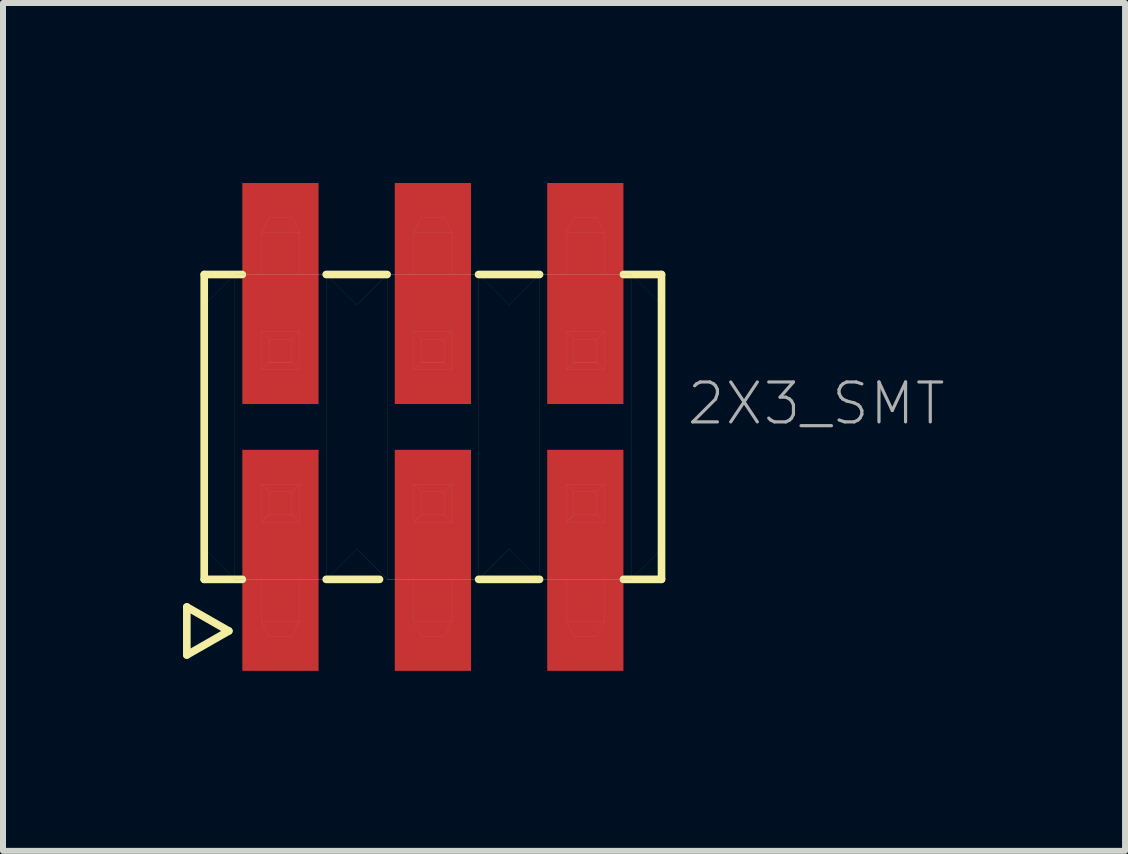
<source format=kicad_pcb>
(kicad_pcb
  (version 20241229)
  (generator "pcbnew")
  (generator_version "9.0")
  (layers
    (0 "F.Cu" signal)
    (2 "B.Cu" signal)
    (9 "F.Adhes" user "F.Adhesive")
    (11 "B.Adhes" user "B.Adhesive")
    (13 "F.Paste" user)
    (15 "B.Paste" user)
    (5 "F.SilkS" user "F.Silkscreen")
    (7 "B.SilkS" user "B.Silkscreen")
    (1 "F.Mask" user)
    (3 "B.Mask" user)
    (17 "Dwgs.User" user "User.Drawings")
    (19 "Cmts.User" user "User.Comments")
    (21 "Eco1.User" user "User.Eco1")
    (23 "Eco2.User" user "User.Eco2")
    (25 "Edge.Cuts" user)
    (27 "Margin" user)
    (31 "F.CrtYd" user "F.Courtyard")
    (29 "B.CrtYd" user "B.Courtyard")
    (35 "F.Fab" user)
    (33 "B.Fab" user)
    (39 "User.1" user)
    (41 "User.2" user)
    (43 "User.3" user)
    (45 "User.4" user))
  (footprint "2X3_SMT"
    (layer "F.Cu")
    (at 4.163 4.064)
    (property "Reference" "2X3_SMT" (at 4.2 0 0) (layer "F.Fab") (effects (font (size 0.665 0.665) (thickness 0.053)) (justify left bottom)))
    (attr through_hole)
    (fp_line (start -4.1 3) (end -4.1 3.8) (stroke (width 0.127) (type solid)) (layer "F.SilkS"))
    (fp_line (start -4.1 3.8) (end -3.4 3.4) (stroke (width 0.127) (type solid)) (layer "F.SilkS"))
    (fp_line (start -3.81 -2.54) (end -3.81 2.54) (stroke (width 0.127) (type solid)) (layer "F.SilkS"))
    (fp_line (start -3.81 2.54) (end -3.175 2.54) (stroke (width 0.127) (type solid)) (layer "F.SilkS"))
    (fp_line (start -3.4 3.4) (end -4.1 3) (stroke (width 0.127) (type solid)) (layer "F.SilkS"))
    (fp_line (start -3.175 -2.54) (end -3.81 -2.54) (stroke (width 0.127) (type solid)) (layer "F.SilkS"))
    (fp_line (start -1.778 -2.54) (end -0.762 -2.54) (stroke (width 0.127) (type solid)) (layer "F.SilkS"))
    (fp_line (start -1.778 2.54) (end -0.889 2.54) (stroke (width 0.127) (type solid)) (layer "F.SilkS"))
    (fp_line (start 0.762 -2.54) (end 1.778 -2.54) (stroke (width 0.127) (type solid)) (layer "F.SilkS"))
    (fp_line (start 0.762 2.54) (end 1.778 2.54) (stroke (width 0.127) (type solid)) (layer "F.SilkS"))
    (fp_line (start 3.175 -2.54) (end 3.81 -2.54) (stroke (width 0.127) (type solid)) (layer "F.SilkS"))
    (fp_line (start 3.81 -2.54) (end 3.81 2.54) (stroke (width 0.127) (type solid)) (layer "F.SilkS"))
    (fp_line (start 3.81 2.54) (end 3.175 2.54) (stroke (width 0.127) (type solid)) (layer "F.SilkS"))
    (fp_line (start -3.809 -2.033) (end -3.301 -2.541) (stroke (width 0.001) (type solid)) (layer "F.Fab"))
    (fp_line (start -3.809 2.031) (end -3.809 -2.033) (stroke (width 0.001) (type solid)) (layer "F.Fab"))
    (fp_line (start -3.301 -2.541) (end -1.777 -2.541) (stroke (width 0.001) (type solid)) (layer "F.Fab"))
    (fp_line (start -3.301 -2.541) (end -1.777 -2.541) (stroke (width 0.001) (type solid)) (layer "F.Fab"))
    (fp_line (start -3.301 2.539) (end -3.809 2.031) (stroke (width 0.001) (type solid)) (layer "F.Fab"))
    (fp_line (start -3.301 2.539) (end -3.301 -2.541) (stroke (width 0.001) (type solid)) (layer "F.Fab"))
    (fp_line (start -3.301 2.539) (end -1.777 2.539) (stroke (width 0.001) (type solid)) (layer "F.Fab"))
    (fp_line (start -3.301 2.539) (end -1.777 2.539) (stroke (width 0.001) (type solid)) (layer "F.Fab"))
    (fp_line (start -2.857 -3.24) (end -2.857 -2.541) (stroke (width 0.001) (type solid)) (layer "F.Fab"))
    (fp_line (start -2.857 -3.24) (end -2.73 -3.493) (stroke (width 0.001) (type solid)) (layer "F.Fab"))
    (fp_line (start -2.857 -3.24) (end -2.221 -3.24) (stroke (width 0.001) (type solid)) (layer "F.Fab"))
    (fp_line (start -2.857 -0.953) (end -2.857 -1.589) (stroke (width 0.001) (type solid)) (layer "F.Fab"))
    (fp_line (start -2.857 -0.953) (end -2.73 -1.081) (stroke (width 0.001) (type solid)) (layer "F.Fab"))
    (fp_line (start -2.857 0.951) (end -2.857 1.587) (stroke (width 0.001) (type solid)) (layer "F.Fab"))
    (fp_line (start -2.857 0.951) (end -2.73 1.079) (stroke (width 0.001) (type solid)) (layer "F.Fab"))
    (fp_line (start -2.857 1.587) (end -2.73 1.46) (stroke (width 0.001) (type solid)) (layer "F.Fab"))
    (fp_line (start -2.857 1.587) (end -2.73 1.46) (stroke (width 0.001) (type solid)) (layer "F.Fab"))
    (fp_line (start -2.857 2.539) (end -2.857 3.238) (stroke (width 0.001) (type solid)) (layer "F.Fab"))
    (fp_line (start -2.857 3.238) (end -2.221 3.238) (stroke (width 0.001) (type solid)) (layer "F.Fab"))
    (fp_line (start -2.73 -3.493) (end -2.349 -3.493) (stroke (width 0.001) (type solid)) (layer "F.Fab"))
    (fp_line (start -2.73 -1.462) (end -2.857 -1.589) (stroke (width 0.001) (type solid)) (layer "F.Fab"))
    (fp_line (start -2.73 -1.462) (end -2.349 -1.462) (stroke (width 0.001) (type solid)) (layer "F.Fab"))
    (fp_line (start -2.73 -1.081) (end -2.73 -1.462) (stroke (width 0.001) (type solid)) (layer "F.Fab"))
    (fp_line (start -2.73 -1.081) (end -2.349 -1.081) (stroke (width 0.001) (type solid)) (layer "F.Fab"))
    (fp_line (start -2.73 -1.081) (end -2.349 -1.081) (stroke (width 0.001) (type solid)) (layer "F.Fab"))
    (fp_line (start -2.73 1.079) (end -2.349 1.079) (stroke (width 0.001) (type solid)) (layer "F.Fab"))
    (fp_line (start -2.73 1.46) (end -2.73 1.079) (stroke (width 0.001) (type solid)) (layer "F.Fab"))
    (fp_line (start -2.73 1.46) (end -2.349 1.46) (stroke (width 0.001) (type solid)) (layer "F.Fab"))
    (fp_line (start -2.73 3.491) (end -2.857 3.238) (stroke (width 0.001) (type solid)) (layer "F.Fab"))
    (fp_line (start -2.73 3.491) (end -2.349 3.491) (stroke (width 0.001) (type solid)) (layer "F.Fab"))
    (fp_line (start -2.349 -1.462) (end -2.349 -1.081) (stroke (width 0.001) (type solid)) (layer "F.Fab"))
    (fp_line (start -2.349 -1.081) (end -2.221 -0.953) (stroke (width 0.001) (type solid)) (layer "F.Fab"))
    (fp_line (start -2.349 1.079) (end -2.349 1.46) (stroke (width 0.001) (type solid)) (layer "F.Fab"))
    (fp_line (start -2.221 -3.24) (end -2.349 -3.493) (stroke (width 0.001) (type solid)) (layer "F.Fab"))
    (fp_line (start -2.221 -2.541) (end -2.221 -3.24) (stroke (width 0.001) (type solid)) (layer "F.Fab"))
    (fp_line (start -2.221 -1.589) (end -2.857 -1.589) (stroke (width 0.001) (type solid)) (layer "F.Fab"))
    (fp_line (start -2.221 -1.589) (end -2.349 -1.462) (stroke (width 0.001) (type solid)) (layer "F.Fab"))
    (fp_line (start -2.221 -0.953) (end -2.857 -0.953) (stroke (width 0.001) (type solid)) (layer "F.Fab"))
    (fp_line (start -2.221 -0.953) (end -2.221 -1.589) (stroke (width 0.001) (type solid)) (layer "F.Fab"))
    (fp_line (start -2.221 0.951) (end -2.857 0.951) (stroke (width 0.001) (type solid)) (layer "F.Fab"))
    (fp_line (start -2.221 0.951) (end -2.349 1.079) (stroke (width 0.001) (type solid)) (layer "F.Fab"))
    (fp_line (start -2.221 0.951) (end -2.221 1.587) (stroke (width 0.001) (type solid)) (layer "F.Fab"))
    (fp_line (start -2.221 1.587) (end -2.857 1.587) (stroke (width 0.001) (type solid)) (layer "F.Fab"))
    (fp_line (start -2.221 1.587) (end -2.349 1.46) (stroke (width 0.001) (type solid)) (layer "F.Fab"))
    (fp_line (start -2.221 3.238) (end -2.349 3.491) (stroke (width 0.001) (type solid)) (layer "F.Fab"))
    (fp_line (start -2.221 3.238) (end -2.221 2.539) (stroke (width 0.001) (type solid)) (layer "F.Fab"))
    (fp_line (start -1.777 -2.541) (end -3.301 -2.541) (stroke (width 0.001) (type solid)) (layer "F.Fab"))
    (fp_line (start -1.777 -2.541) (end -3.301 -2.541) (stroke (width 0.001) (type solid)) (layer "F.Fab"))
    (fp_line (start -1.777 -2.541) (end -1.269 -2.033) (stroke (width 0.001) (type solid)) (layer "F.Fab"))
    (fp_line (start -1.777 2.539) (end -3.301 2.539) (stroke (width 0.001) (type solid)) (layer "F.Fab"))
    (fp_line (start -1.777 2.539) (end -3.301 2.539) (stroke (width 0.001) (type solid)) (layer "F.Fab"))
    (fp_line (start -1.777 2.539) (end -1.777 -2.541) (stroke (width 0.001) (type solid)) (layer "F.Fab"))
    (fp_line (start -1.269 -2.033) (end -0.761 -2.541) (stroke (width 0.001) (type solid)) (layer "F.Fab"))
    (fp_line (start -1.269 2.031) (end -1.777 2.539) (stroke (width 0.001) (type solid)) (layer "F.Fab"))
    (fp_line (start -0.761 -2.541) (end 0.763 -2.541) (stroke (width 0.001) (type solid)) (layer "F.Fab"))
    (fp_line (start -0.761 -2.541) (end 0.763 -2.541) (stroke (width 0.001) (type solid)) (layer "F.Fab"))
    (fp_line (start -0.761 2.539) (end -1.269 2.031) (stroke (width 0.001) (type solid)) (layer "F.Fab"))
    (fp_line (start -0.761 2.539) (end -0.761 -2.541) (stroke (width 0.001) (type solid)) (layer "F.Fab"))
    (fp_line (start -0.761 2.539) (end 0.763 2.539) (stroke (width 0.001) (type solid)) (layer "F.Fab"))
    (fp_line (start -0.761 2.539) (end 0.763 2.539) (stroke (width 0.001) (type solid)) (layer "F.Fab"))
    (fp_line (start -0.317 -3.24) (end -0.317 -2.541) (stroke (width 0.001) (type solid)) (layer "F.Fab"))
    (fp_line (start -0.317 -3.24) (end -0.19 -3.493) (stroke (width 0.001) (type solid)) (layer "F.Fab"))
    (fp_line (start -0.317 -3.24) (end 0.319 -3.24) (stroke (width 0.001) (type solid)) (layer "F.Fab"))
    (fp_line (start -0.317 -0.953) (end -0.317 -1.589) (stroke (width 0.001) (type solid)) (layer "F.Fab"))
    (fp_line (start -0.317 -0.953) (end -0.19 -1.081) (stroke (width 0.001) (type solid)) (layer "F.Fab"))
    (fp_line (start -0.317 0.951) (end -0.317 1.587) (stroke (width 0.001) (type solid)) (layer "F.Fab"))
    (fp_line (start -0.317 0.951) (end -0.19 1.079) (stroke (width 0.001) (type solid)) (layer "F.Fab"))
    (fp_line (start -0.317 1.587) (end -0.19 1.46) (stroke (width 0.001) (type solid)) (layer "F.Fab"))
    (fp_line (start -0.317 1.587) (end -0.19 1.46) (stroke (width 0.001) (type solid)) (layer "F.Fab"))
    (fp_line (start -0.317 2.539) (end -0.317 3.238) (stroke (width 0.001) (type solid)) (layer "F.Fab"))
    (fp_line (start -0.317 3.238) (end 0.319 3.238) (stroke (width 0.001) (type solid)) (layer "F.Fab"))
    (fp_line (start -0.19 -3.493) (end 0.191 -3.493) (stroke (width 0.001) (type solid)) (layer "F.Fab"))
    (fp_line (start -0.19 -1.462) (end -0.317 -1.589) (stroke (width 0.001) (type solid)) (layer "F.Fab"))
    (fp_line (start -0.19 -1.462) (end 0.191 -1.462) (stroke (width 0.001) (type solid)) (layer "F.Fab"))
    (fp_line (start -0.19 -1.081) (end -0.19 -1.462) (stroke (width 0.001) (type solid)) (layer "F.Fab"))
    (fp_line (start -0.19 -1.081) (end 0.191 -1.081) (stroke (width 0.001) (type solid)) (layer "F.Fab"))
    (fp_line (start -0.19 -1.081) (end 0.191 -1.081) (stroke (width 0.001) (type solid)) (layer "F.Fab"))
    (fp_line (start -0.19 1.079) (end 0.191 1.079) (stroke (width 0.001) (type solid)) (layer "F.Fab"))
    (fp_line (start -0.19 1.46) (end -0.19 1.079) (stroke (width 0.001) (type solid)) (layer "F.Fab"))
    (fp_line (start -0.19 1.46) (end 0.191 1.46) (stroke (width 0.001) (type solid)) (layer "F.Fab"))
    (fp_line (start -0.19 3.491) (end -0.317 3.238) (stroke (width 0.001) (type solid)) (layer "F.Fab"))
    (fp_line (start -0.19 3.491) (end 0.191 3.491) (stroke (width 0.001) (type solid)) (layer "F.Fab"))
    (fp_line (start 0.191 -1.462) (end 0.191 -1.081) (stroke (width 0.001) (type solid)) (layer "F.Fab"))
    (fp_line (start 0.191 -1.081) (end 0.319 -0.953) (stroke (width 0.001) (type solid)) (layer "F.Fab"))
    (fp_line (start 0.191 1.079) (end 0.191 1.46) (stroke (width 0.001) (type solid)) (layer "F.Fab"))
    (fp_line (start 0.319 -3.24) (end 0.191 -3.493) (stroke (width 0.001) (type solid)) (layer "F.Fab"))
    (fp_line (start 0.319 -2.541) (end 0.319 -3.24) (stroke (width 0.001) (type solid)) (layer "F.Fab"))
    (fp_line (start 0.319 -1.589) (end -0.317 -1.589) (stroke (width 0.001) (type solid)) (layer "F.Fab"))
    (fp_line (start 0.319 -1.589) (end 0.191 -1.462) (stroke (width 0.001) (type solid)) (layer "F.Fab"))
    (fp_line (start 0.319 -0.953) (end -0.317 -0.953) (stroke (width 0.001) (type solid)) (layer "F.Fab"))
    (fp_line (start 0.319 -0.953) (end 0.319 -1.589) (stroke (width 0.001) (type solid)) (layer "F.Fab"))
    (fp_line (start 0.319 0.951) (end -0.317 0.951) (stroke (width 0.001) (type solid)) (layer "F.Fab"))
    (fp_line (start 0.319 0.951) (end 0.191 1.079) (stroke (width 0.001) (type solid)) (layer "F.Fab"))
    (fp_line (start 0.319 0.951) (end 0.319 1.587) (stroke (width 0.001) (type solid)) (layer "F.Fab"))
    (fp_line (start 0.319 1.587) (end -0.317 1.587) (stroke (width 0.001) (type solid)) (layer "F.Fab"))
    (fp_line (start 0.319 1.587) (end 0.191 1.46) (stroke (width 0.001) (type solid)) (layer "F.Fab"))
    (fp_line (start 0.319 3.238) (end 0.191 3.491) (stroke (width 0.001) (type solid)) (layer "F.Fab"))
    (fp_line (start 0.319 3.238) (end 0.319 2.539) (stroke (width 0.001) (type solid)) (layer "F.Fab"))
    (fp_line (start 0.763 -2.541) (end -0.761 -2.541) (stroke (width 0.001) (type solid)) (layer "F.Fab"))
    (fp_line (start 0.763 -2.541) (end -0.761 -2.541) (stroke (width 0.001) (type solid)) (layer "F.Fab"))
    (fp_line (start 0.763 -2.541) (end 1.271 -2.033) (stroke (width 0.001) (type solid)) (layer "F.Fab"))
    (fp_line (start 0.763 2.539) (end -0.761 2.539) (stroke (width 0.001) (type solid)) (layer "F.Fab"))
    (fp_line (start 0.763 2.539) (end -0.761 2.539) (stroke (width 0.001) (type solid)) (layer "F.Fab"))
    (fp_line (start 0.763 2.539) (end 0.763 -2.541) (stroke (width 0.001) (type solid)) (layer "F.Fab"))
    (fp_line (start 1.271 -2.033) (end 1.779 -2.541) (stroke (width 0.001) (type solid)) (layer "F.Fab"))
    (fp_line (start 1.271 2.031) (end 0.763 2.539) (stroke (width 0.001) (type solid)) (layer "F.Fab"))
    (fp_line (start 1.779 -2.541) (end 3.303 -2.541) (stroke (width 0.001) (type solid)) (layer "F.Fab"))
    (fp_line (start 1.779 -2.541) (end 3.303 -2.541) (stroke (width 0.001) (type solid)) (layer "F.Fab"))
    (fp_line (start 1.779 2.539) (end 1.271 2.031) (stroke (width 0.001) (type solid)) (layer "F.Fab"))
    (fp_line (start 1.779 2.539) (end 1.779 -2.541) (stroke (width 0.001) (type solid)) (layer "F.Fab"))
    (fp_line (start 1.779 2.539) (end 3.303 2.539) (stroke (width 0.001) (type solid)) (layer "F.Fab"))
    (fp_line (start 1.779 2.539) (end 3.303 2.539) (stroke (width 0.001) (type solid)) (layer "F.Fab"))
    (fp_line (start 2.223 -3.24) (end 2.223 -2.541) (stroke (width 0.001) (type solid)) (layer "F.Fab"))
    (fp_line (start 2.223 -3.24) (end 2.35 -3.493) (stroke (width 0.001) (type solid)) (layer "F.Fab"))
    (fp_line (start 2.223 -3.24) (end 2.859 -3.24) (stroke (width 0.001) (type solid)) (layer "F.Fab"))
    (fp_line (start 2.223 -0.953) (end 2.223 -1.589) (stroke (width 0.001) (type solid)) (layer "F.Fab"))
    (fp_line (start 2.223 -0.953) (end 2.35 -1.081) (stroke (width 0.001) (type solid)) (layer "F.Fab"))
    (fp_line (start 2.223 0.951) (end 2.223 1.587) (stroke (width 0.001) (type solid)) (layer "F.Fab"))
    (fp_line (start 2.223 0.951) (end 2.35 1.079) (stroke (width 0.001) (type solid)) (layer "F.Fab"))
    (fp_line (start 2.223 1.587) (end 2.35 1.46) (stroke (width 0.001) (type solid)) (layer "F.Fab"))
    (fp_line (start 2.223 1.587) (end 2.35 1.46) (stroke (width 0.001) (type solid)) (layer "F.Fab"))
    (fp_line (start 2.223 2.539) (end 2.223 3.238) (stroke (width 0.001) (type solid)) (layer "F.Fab"))
    (fp_line (start 2.223 3.238) (end 2.859 3.238) (stroke (width 0.001) (type solid)) (layer "F.Fab"))
    (fp_line (start 2.35 -3.493) (end 2.731 -3.493) (stroke (width 0.001) (type solid)) (layer "F.Fab"))
    (fp_line (start 2.35 -1.462) (end 2.223 -1.589) (stroke (width 0.001) (type solid)) (layer "F.Fab"))
    (fp_line (start 2.35 -1.462) (end 2.731 -1.462) (stroke (width 0.001) (type solid)) (layer "F.Fab"))
    (fp_line (start 2.35 -1.081) (end 2.35 -1.462) (stroke (width 0.001) (type solid)) (layer "F.Fab"))
    (fp_line (start 2.35 -1.081) (end 2.731 -1.081) (stroke (width 0.001) (type solid)) (layer "F.Fab"))
    (fp_line (start 2.35 -1.081) (end 2.731 -1.081) (stroke (width 0.001) (type solid)) (layer "F.Fab"))
    (fp_line (start 2.35 1.079) (end 2.731 1.079) (stroke (width 0.001) (type solid)) (layer "F.Fab"))
    (fp_line (start 2.35 1.46) (end 2.35 1.079) (stroke (width 0.001) (type solid)) (layer "F.Fab"))
    (fp_line (start 2.35 1.46) (end 2.731 1.46) (stroke (width 0.001) (type solid)) (layer "F.Fab"))
    (fp_line (start 2.35 3.491) (end 2.223 3.238) (stroke (width 0.001) (type solid)) (layer "F.Fab"))
    (fp_line (start 2.35 3.491) (end 2.731 3.491) (stroke (width 0.001) (type solid)) (layer "F.Fab"))
    (fp_line (start 2.731 -1.462) (end 2.731 -1.081) (stroke (width 0.001) (type solid)) (layer "F.Fab"))
    (fp_line (start 2.731 -1.081) (end 2.859 -0.953) (stroke (width 0.001) (type solid)) (layer "F.Fab"))
    (fp_line (start 2.731 1.079) (end 2.731 1.46) (stroke (width 0.001) (type solid)) (layer "F.Fab"))
    (fp_line (start 2.859 -3.24) (end 2.731 -3.493) (stroke (width 0.001) (type solid)) (layer "F.Fab"))
    (fp_line (start 2.859 -2.541) (end 2.859 -3.24) (stroke (width 0.001) (type solid)) (layer "F.Fab"))
    (fp_line (start 2.859 -1.589) (end 2.223 -1.589) (stroke (width 0.001) (type solid)) (layer "F.Fab"))
    (fp_line (start 2.859 -1.589) (end 2.731 -1.462) (stroke (width 0.001) (type solid)) (layer "F.Fab"))
    (fp_line (start 2.859 -0.953) (end 2.223 -0.953) (stroke (width 0.001) (type solid)) (layer "F.Fab"))
    (fp_line (start 2.859 -0.953) (end 2.859 -1.589) (stroke (width 0.001) (type solid)) (layer "F.Fab"))
    (fp_line (start 2.859 0.951) (end 2.223 0.951) (stroke (width 0.001) (type solid)) (layer "F.Fab"))
    (fp_line (start 2.859 0.951) (end 2.731 1.079) (stroke (width 0.001) (type solid)) (layer "F.Fab"))
    (fp_line (start 2.859 0.951) (end 2.859 1.587) (stroke (width 0.001) (type solid)) (layer "F.Fab"))
    (fp_line (start 2.859 1.587) (end 2.223 1.587) (stroke (width 0.001) (type solid)) (layer "F.Fab"))
    (fp_line (start 2.859 1.587) (end 2.731 1.46) (stroke (width 0.001) (type solid)) (layer "F.Fab"))
    (fp_line (start 2.859 3.238) (end 2.731 3.491) (stroke (width 0.001) (type solid)) (layer "F.Fab"))
    (fp_line (start 2.859 3.238) (end 2.859 2.539) (stroke (width 0.001) (type solid)) (layer "F.Fab"))
    (fp_line (start 3.303 -2.541) (end 1.779 -2.541) (stroke (width 0.001) (type solid)) (layer "F.Fab"))
    (fp_line (start 3.303 -2.541) (end 1.779 -2.541) (stroke (width 0.001) (type solid)) (layer "F.Fab"))
    (fp_line (start 3.303 -2.541) (end 3.811 -2.033) (stroke (width 0.001) (type solid)) (layer "F.Fab"))
    (fp_line (start 3.303 2.539) (end 1.779 2.539) (stroke (width 0.001) (type solid)) (layer "F.Fab"))
    (fp_line (start 3.303 2.539) (end 1.779 2.539) (stroke (width 0.001) (type solid)) (layer "F.Fab"))
    (fp_line (start 3.303 2.539) (end 3.303 -2.541) (stroke (width 0.001) (type solid)) (layer "F.Fab"))
    (fp_line (start 3.811 -2.033) (end 3.811 2.031) (stroke (width 0.001) (type solid)) (layer "F.Fab"))
    (fp_line (start 3.811 2.031) (end 3.303 2.539) (stroke (width 0.001) (type solid)) (layer "F.Fab"))
    (pad "1" smd rect (at -2.54 2.223) (size 1.27 3.683) (layers "F.Cu" "F.Mask" "F.Paste"))
    (pad "2" smd rect (at -2.54 -2.223) (size 1.27 3.683) (layers "F.Cu" "F.Mask" "F.Paste"))
    (pad "3" smd rect (at 0 2.223) (size 1.27 3.683) (layers "F.Cu" "F.Mask" "F.Paste"))
    (pad "4" smd rect (at 0 -2.223) (size 1.27 3.683) (layers "F.Cu" "F.Mask" "F.Paste"))
    (pad "5" smd rect (at 2.54 2.223) (size 1.27 3.683) (layers "F.Cu" "F.Mask" "F.Paste"))
    (pad "6" smd rect (at 2.54 -2.223) (size 1.27 3.683) (layers "F.Cu" "F.Mask" "F.Paste")))
  (gr_rect
    (start -3 -3)
    (end 15.697 11.128)
    (stroke (width 0.1) (type default))
    (fill no)
    (layer "Edge.Cuts")))
</source>
